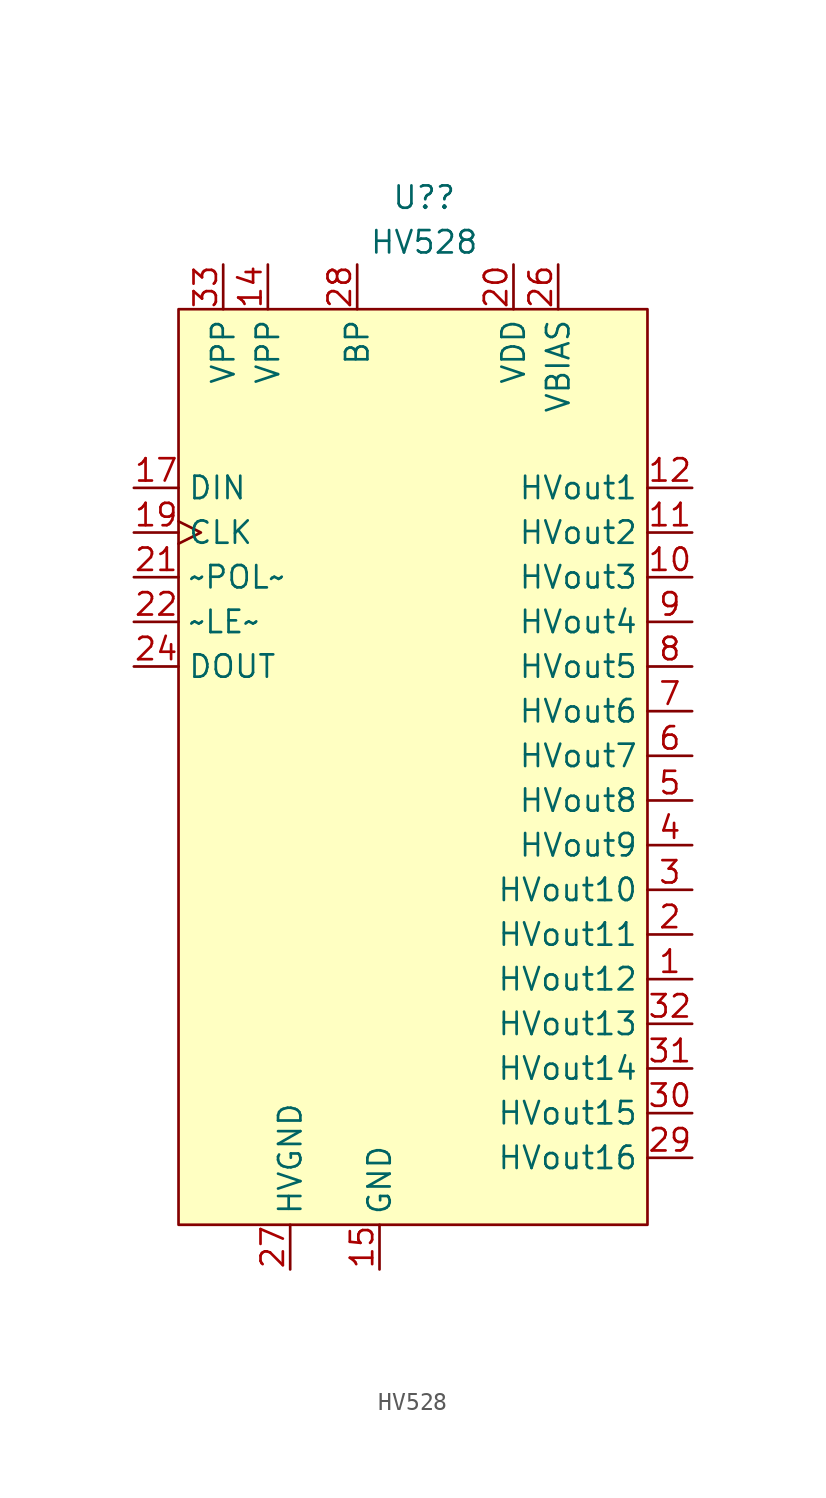
<source format=kicad_sym>
(kicad_symbol_lib
  (version 20211014)
  (generator kicad_symbol_editor)
  (symbol "HV528"
    (property "Reference" "U?"
      (at 0 31.75 0)
      (effects (font (size 1.27 1.27))))
    (property "Value" "HV528"
      (at 0 29.21 0)
      (effects (font (size 1.27 1.27))))
    (symbol "HV528_0_1"
      (rectangle (start 12.7 -26.67) (end -13.97 25.4) (stroke (width 0) (type default) (color 0 0 0 0)) (fill (type background))))
    (symbol "HV528_1_1"
      (pin output line (at 15.24 -12.7 180) (length 2.54) (name "HVout12" (effects (font (size 1.27 1.27)))) (number "1" (effects (font (size 1.27 1.27)))))
      (pin output line (at 15.24 10.16 180) (length 2.54) (name "HVout3" (effects (font (size 1.27 1.27)))) (number "10" (effects (font (size 1.27 1.27)))))
      (pin output line (at 15.24 12.7 180) (length 2.54) (name "HVout2" (effects (font (size 1.27 1.27)))) (number "11" (effects (font (size 1.27 1.27)))))
      (pin output line (at 15.24 15.24 180) (length 2.54) (name "HVout1" (effects (font (size 1.27 1.27)))) (number "12" (effects (font (size 1.27 1.27)))))
      (pin no_connect line (at -16.51 0 0) (length 2.54) hide (name "NC" (effects (font (size 1.27 1.27)))) (number "13" (effects (font (size 1.27 1.27)))))
      (pin power_in line (at -8.89 27.94 270) (length 2.54) (name "VPP" (effects (font (size 1.27 1.27)))) (number "14" (effects (font (size 1.27 1.27)))))
      (pin power_in line (at -2.54 -29.21 90) (length 2.54) (name "GND" (effects (font (size 1.27 1.27)))) (number "15" (effects (font (size 1.27 1.27)))))
      (pin no_connect line (at -16.51 -2.54 0) (length 2.54) hide (name "NC" (effects (font (size 1.27 1.27)))) (number "16" (effects (font (size 1.27 1.27)))))
      (pin input line (at -16.51 15.24 0) (length 2.54) (name "DIN" (effects (font (size 1.27 1.27)))) (number "17" (effects (font (size 1.27 1.27)))))
      (pin no_connect line (at -16.51 -5.08 0) (length 2.54) hide (name "NC" (effects (font (size 1.27 1.27)))) (number "18" (effects (font (size 1.27 1.27)))))
      (pin input clock (at -16.51 12.7 0) (length 2.54) (name "CLK" (effects (font (size 1.27 1.27)))) (number "19" (effects (font (size 1.27 1.27)))))
      (pin output line (at 15.24 -10.16 180) (length 2.54) (name "HVout11" (effects (font (size 1.27 1.27)))) (number "2" (effects (font (size 1.27 1.27)))))
      (pin power_in line (at 5.08 27.94 270) (length 2.54) (name "VDD" (effects (font (size 1.27 1.27)))) (number "20" (effects (font (size 1.27 1.27)))))
      (pin input line (at -16.51 10.16 0) (length 2.54) (name "~POL~" (effects (font (size 1.27 1.27)))) (number "21" (effects (font (size 1.27 1.27)))))
      (pin input line (at -16.51 7.62 0) (length 2.54) (name "~LE~" (effects (font (size 1.27 1.27)))) (number "22" (effects (font (size 1.27 1.27)))))
      (pin no_connect line (at -16.51 -7.62 0) (length 2.54) hide (name "NC" (effects (font (size 1.27 1.27)))) (number "23" (effects (font (size 1.27 1.27)))))
      (pin input line (at -16.51 5.08 0) (length 2.54) (name "DOUT" (effects (font (size 1.27 1.27)))) (number "24" (effects (font (size 1.27 1.27)))))
      (pin no_connect line (at -16.51 -10.16 0) (length 2.54) hide (name "NC" (effects (font (size 1.27 1.27)))) (number "25" (effects (font (size 1.27 1.27)))))
      (pin power_in line (at 7.62 27.94 270) (length 2.54) (name "VBIAS" (effects (font (size 1.27 1.27)))) (number "26" (effects (font (size 1.27 1.27)))))
      (pin power_in line (at -7.62 -29.21 90) (length 2.54) (name "HVGND" (effects (font (size 1.27 1.27)))) (number "27" (effects (font (size 1.27 1.27)))))
      (pin power_out line (at -3.81 27.94 270) (length 2.54) (name "BP" (effects (font (size 1.27 1.27)))) (number "28" (effects (font (size 1.27 1.27)))))
      (pin output line (at 15.24 -22.86 180) (length 2.54) (name "HVout16" (effects (font (size 1.27 1.27)))) (number "29" (effects (font (size 1.27 1.27)))))
      (pin output line (at 15.24 -7.62 180) (length 2.54) (name "HVout10" (effects (font (size 1.27 1.27)))) (number "3" (effects (font (size 1.27 1.27)))))
      (pin output line (at 15.24 -20.32 180) (length 2.54) (name "HVout15" (effects (font (size 1.27 1.27)))) (number "30" (effects (font (size 1.27 1.27)))))
      (pin output line (at 15.24 -17.78 180) (length 2.54) (name "HVout14" (effects (font (size 1.27 1.27)))) (number "31" (effects (font (size 1.27 1.27)))))
      (pin output line (at 15.24 -15.24 180) (length 2.54) (name "HVout13" (effects (font (size 1.27 1.27)))) (number "32" (effects (font (size 1.27 1.27)))))
      (pin power_in line (at -11.43 27.94 270) (length 2.54) (name "VPP" (effects (font (size 1.27 1.27)))) (number "33" (effects (font (size 1.27 1.27)))) (alternate "center pad" input line))
      (pin output line (at 15.24 -5.08 180) (length 2.54) (name "HVout9" (effects (font (size 1.27 1.27)))) (number "4" (effects (font (size 1.27 1.27)))))
      (pin output line (at 15.24 -2.54 180) (length 2.54) (name "HVout8" (effects (font (size 1.27 1.27)))) (number "5" (effects (font (size 1.27 1.27)))))
      (pin output line (at 15.24 0 180) (length 2.54) (name "HVout7" (effects (font (size 1.27 1.27)))) (number "6" (effects (font (size 1.27 1.27)))))
      (pin output line (at 15.24 2.54 180) (length 2.54) (name "HVout6" (effects (font (size 1.27 1.27)))) (number "7" (effects (font (size 1.27 1.27)))))
      (pin output line (at 15.24 5.08 180) (length 2.54) (name "HVout5" (effects (font (size 1.27 1.27)))) (number "8" (effects (font (size 1.27 1.27)))))
      (pin output line (at 15.24 7.62 180) (length 2.54) (name "HVout4" (effects (font (size 1.27 1.27)))) (number "9" (effects (font (size 1.27 1.27))))))))
</source>
